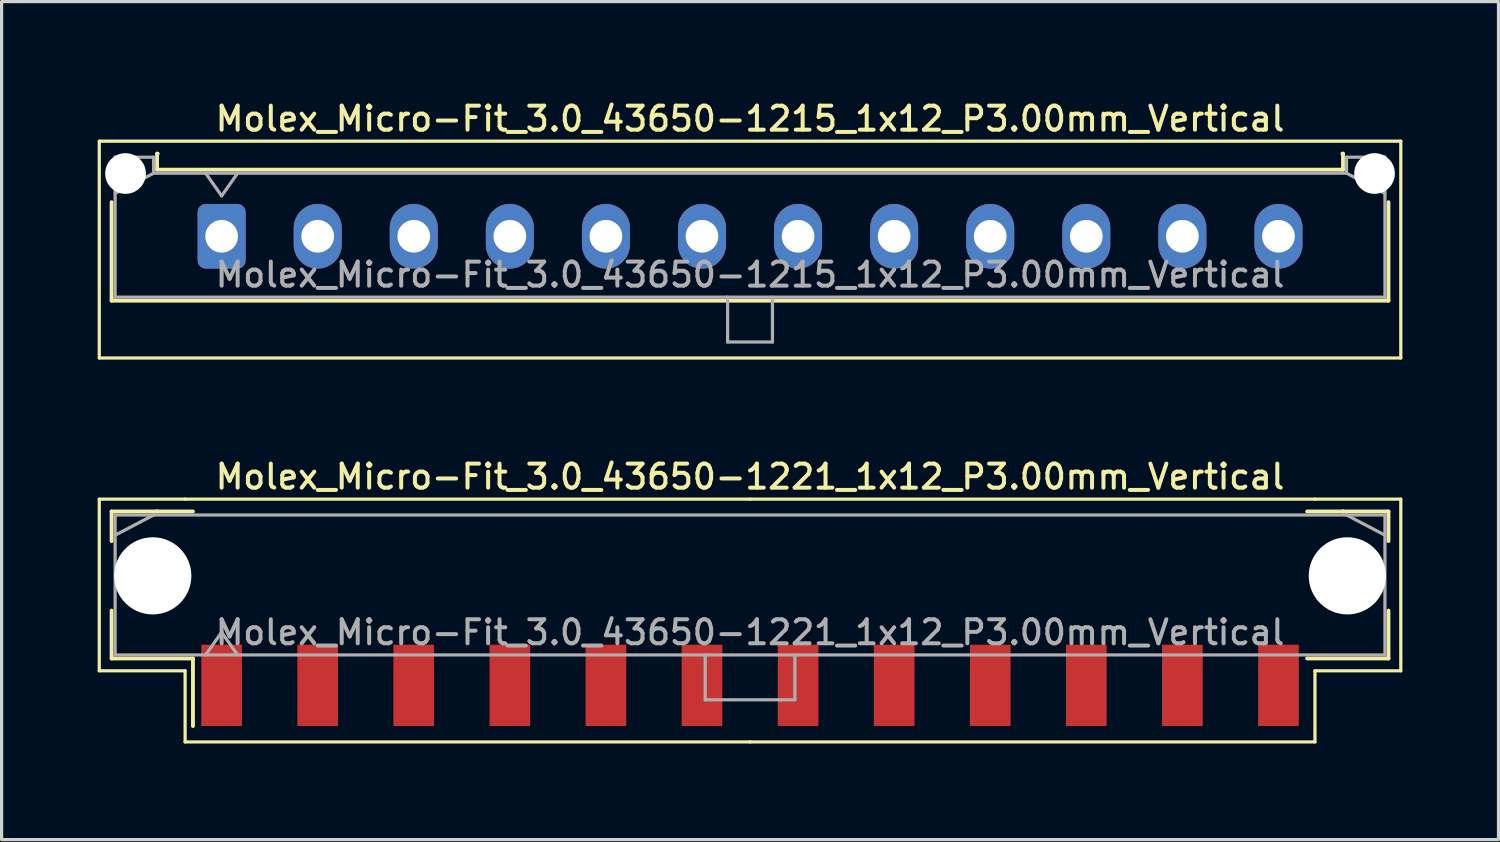
<source format=kicad_pcb>
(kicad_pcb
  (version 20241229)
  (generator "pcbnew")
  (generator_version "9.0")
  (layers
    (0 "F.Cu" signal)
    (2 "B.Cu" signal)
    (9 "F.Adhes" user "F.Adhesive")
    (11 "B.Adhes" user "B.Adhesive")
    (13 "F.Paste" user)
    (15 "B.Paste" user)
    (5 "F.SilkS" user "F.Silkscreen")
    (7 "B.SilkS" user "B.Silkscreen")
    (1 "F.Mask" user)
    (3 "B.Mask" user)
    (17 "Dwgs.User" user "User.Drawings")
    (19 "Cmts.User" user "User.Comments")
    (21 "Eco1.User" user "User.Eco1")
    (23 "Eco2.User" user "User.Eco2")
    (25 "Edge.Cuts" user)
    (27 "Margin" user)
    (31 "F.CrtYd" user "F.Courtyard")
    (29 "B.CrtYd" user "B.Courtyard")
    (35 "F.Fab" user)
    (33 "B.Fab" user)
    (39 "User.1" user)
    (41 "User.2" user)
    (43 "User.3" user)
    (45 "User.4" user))
  (footprint "Molex_Micro-Fit_3.0_43650-1215_1x12_P3.00mm_Vertical"
    (layer "F.Cu")
    (at 3.87 4.328)
    (property "Reference" "Molex_Micro-Fit_3.0_43650-1215_1x12_P3.00mm_Vertical" (at 16.5 -3.67 0) (layer "F.SilkS") (effects (font (size 0.75 0.75) (thickness 0.125))))
    (attr through_hole)
    (fp_line (start -3.82 -2.97) (end 36.82 -2.97) (stroke (width 0.1) (type solid)) (layer "F.SilkS"))
    (fp_line (start -3.82 3.8) (end -3.82 -2.97) (stroke (width 0.1) (type solid)) (layer "F.SilkS"))
    (fp_line (start -3.435 -1.065) (end -3.435 2.01) (stroke (width 0.12) (type solid)) (layer "F.SilkS"))
    (fp_line (start -3.435 2.01) (end 36.435 2.01) (stroke (width 0.12) (type solid)) (layer "F.SilkS"))
    (fp_line (start -2.015 -2.58) (end -2.015 -2.08) (stroke (width 0.12) (type solid)) (layer "F.SilkS"))
    (fp_line (start -2.015 -2.08) (end 35.015 -2.08) (stroke (width 0.12) (type solid)) (layer "F.SilkS"))
    (fp_line (start -1.995 -2.58) (end -2.015 -2.58) (stroke (width 0.12) (type solid)) (layer "F.SilkS"))
    (fp_line (start 35.015 -2.58) (end 34.995 -2.58) (stroke (width 0.12) (type solid)) (layer "F.SilkS"))
    (fp_line (start 35.015 -2.08) (end 35.015 -2.58) (stroke (width 0.12) (type solid)) (layer "F.SilkS"))
    (fp_line (start 36.435 2.01) (end 36.435 -1.065) (stroke (width 0.12) (type solid)) (layer "F.SilkS"))
    (fp_line (start 36.82 -2.97) (end 36.82 3.8) (stroke (width 0.1) (type solid)) (layer "F.SilkS"))
    (fp_line (start 36.82 3.8) (end -3.82 3.8) (stroke (width 0.1) (type solid)) (layer "F.SilkS"))
    (fp_line (start -3.325 -2.47) (end -3.325 1.9) (stroke (width 0.1) (type solid)) (layer "F.Fab"))
    (fp_line (start -3.325 -1.34) (end -2.125 -1.97) (stroke (width 0.1) (type solid)) (layer "F.Fab"))
    (fp_line (start -3.325 1.9) (end 36.325 1.9) (stroke (width 0.1) (type solid)) (layer "F.Fab"))
    (fp_line (start -2.125 -2.47) (end -3.325 -2.47) (stroke (width 0.1) (type solid)) (layer "F.Fab"))
    (fp_line (start -2.125 -1.97) (end -2.125 -2.47) (stroke (width 0.1) (type solid)) (layer "F.Fab"))
    (fp_line (start -0.5 -1.97) (end 0 -1.263) (stroke (width 0.1) (type solid)) (layer "F.Fab"))
    (fp_line (start 0 -1.263) (end 0.5 -1.97) (stroke (width 0.1) (type solid)) (layer "F.Fab"))
    (fp_line (start 15.8 1.9) (end 15.8 3.3) (stroke (width 0.1) (type solid)) (layer "F.Fab"))
    (fp_line (start 15.8 3.3) (end 17.2 3.3) (stroke (width 0.1) (type solid)) (layer "F.Fab"))
    (fp_line (start 17.2 3.3) (end 17.2 1.9) (stroke (width 0.1) (type solid)) (layer "F.Fab"))
    (fp_line (start 35.125 -2.47) (end 35.125 -1.97) (stroke (width 0.1) (type solid)) (layer "F.Fab"))
    (fp_line (start 35.125 -1.97) (end -2.125 -1.97) (stroke (width 0.1) (type solid)) (layer "F.Fab"))
    (fp_line (start 36.325 -2.47) (end 35.125 -2.47) (stroke (width 0.1) (type solid)) (layer "F.Fab"))
    (fp_line (start 36.325 -1.34) (end 35.125 -1.97) (stroke (width 0.1) (type solid)) (layer "F.Fab"))
    (fp_line (start 36.325 1.9) (end 36.325 -2.47) (stroke (width 0.1) (type solid)) (layer "F.Fab"))
    (fp_text user "${REFERENCE}" (at 16.5 1.2 0) (layer "F.Fab") (effects (font (size 0.75 0.75) (thickness 0.125))))
    (pad "" np_thru_hole circle (at -3 -1.96) (size 1.27 1.27) (drill 1.27) (layers "*.Cu" "*.Mask"))
    (pad "" np_thru_hole circle (at 36 -1.96) (size 1.27 1.27) (drill 1.27) (layers "*.Cu" "*.Mask"))
    (pad "1" thru_hole roundrect (at 0 0) (size 1.5 2.02) (drill 1.02) (layers "*.Cu" "*.Mask") (roundrect_rratio 0.167))
    (pad "2" thru_hole oval (at 3 0) (size 1.5 2.02) (drill 1.02) (layers "*.Cu" "*.Mask"))
    (pad "3" thru_hole oval (at 6 0) (size 1.5 2.02) (drill 1.02) (layers "*.Cu" "*.Mask"))
    (pad "4" thru_hole oval (at 9 0) (size 1.5 2.02) (drill 1.02) (layers "*.Cu" "*.Mask"))
    (pad "5" thru_hole oval (at 12 0) (size 1.5 2.02) (drill 1.02) (layers "*.Cu" "*.Mask"))
    (pad "6" thru_hole oval (at 15 0) (size 1.5 2.02) (drill 1.02) (layers "*.Cu" "*.Mask"))
    (pad "7" thru_hole oval (at 18 0) (size 1.5 2.02) (drill 1.02) (layers "*.Cu" "*.Mask"))
    (pad "8" thru_hole oval (at 21 0) (size 1.5 2.02) (drill 1.02) (layers "*.Cu" "*.Mask"))
    (pad "9" thru_hole oval (at 24 0) (size 1.5 2.02) (drill 1.02) (layers "*.Cu" "*.Mask"))
    (pad "10" thru_hole oval (at 27 0) (size 1.5 2.02) (drill 1.02) (layers "*.Cu" "*.Mask"))
    (pad "11" thru_hole oval (at 30 0) (size 1.5 2.02) (drill 1.02) (layers "*.Cu" "*.Mask"))
    (pad "12" thru_hole oval (at 33 0) (size 1.5 2.02) (drill 1.02) (layers "*.Cu" "*.Mask")))
  (footprint "Molex_Micro-Fit_3.0_43650-1221_1x12_P3.00mm_Vertical"
    (layer "F.Cu")
    (at 20.37 15.216)
    (property "Reference" "Molex_Micro-Fit_3.0_43650-1221_1x12_P3.00mm_Vertical" (at 0 -3.38 0) (layer "F.SilkS") (effects (font (size 0.75 0.75) (thickness 0.125))))
    (attr smd)
    (fp_line (start -20.32 -2.68) (end -20.32 2.68) (stroke (width 0.1) (type solid)) (layer "F.SilkS"))
    (fp_line (start -20.32 2.68) (end -17.64 2.68) (stroke (width 0.1) (type solid)) (layer "F.SilkS"))
    (fp_line (start -19.935 -2.295) (end -18.515 -2.295) (stroke (width 0.12) (type solid)) (layer "F.SilkS"))
    (fp_line (start -19.935 -1.37) (end -19.935 -2.295) (stroke (width 0.12) (type solid)) (layer "F.SilkS"))
    (fp_line (start -19.935 0.8) (end -19.935 2.295) (stroke (width 0.12) (type solid)) (layer "F.SilkS"))
    (fp_line (start -19.935 2.295) (end -17.395 2.295) (stroke (width 0.12) (type solid)) (layer "F.SilkS"))
    (fp_line (start -18.515 -2.295) (end -18.515 -2.295) (stroke (width 0.12) (type solid)) (layer "F.SilkS"))
    (fp_line (start -18.515 -2.295) (end -17.395 -2.295) (stroke (width 0.12) (type solid)) (layer "F.SilkS"))
    (fp_line (start -17.64 -2.68) (end -20.32 -2.68) (stroke (width 0.1) (type solid)) (layer "F.SilkS"))
    (fp_line (start -17.64 2.68) (end -17.64 4.9) (stroke (width 0.1) (type solid)) (layer "F.SilkS"))
    (fp_line (start -17.64 4.9) (end 0 4.9) (stroke (width 0.1) (type solid)) (layer "F.SilkS"))
    (fp_line (start -17.395 2.295) (end -17.395 4.405) (stroke (width 0.12) (type solid)) (layer "F.SilkS"))
    (fp_line (start 0 -2.68) (end -17.64 -2.68) (stroke (width 0.1) (type solid)) (layer "F.SilkS"))
    (fp_line (start 0 -2.68) (end 17.64 -2.68) (stroke (width 0.1) (type solid)) (layer "F.SilkS"))
    (fp_line (start 17.64 -2.68) (end 20.32 -2.68) (stroke (width 0.1) (type solid)) (layer "F.SilkS"))
    (fp_line (start 17.64 2.68) (end 17.64 4.9) (stroke (width 0.1) (type solid)) (layer "F.SilkS"))
    (fp_line (start 17.64 4.9) (end 0 4.9) (stroke (width 0.1) (type solid)) (layer "F.SilkS"))
    (fp_line (start 18.515 -2.295) (end 17.395 -2.295) (stroke (width 0.12) (type solid)) (layer "F.SilkS"))
    (fp_line (start 18.515 -2.295) (end 18.515 -2.295) (stroke (width 0.12) (type solid)) (layer "F.SilkS"))
    (fp_line (start 19.935 -2.295) (end 18.515 -2.295) (stroke (width 0.12) (type solid)) (layer "F.SilkS"))
    (fp_line (start 19.935 -1.37) (end 19.935 -2.295) (stroke (width 0.12) (type solid)) (layer "F.SilkS"))
    (fp_line (start 19.935 0.8) (end 19.935 2.295) (stroke (width 0.12) (type solid)) (layer "F.SilkS"))
    (fp_line (start 19.935 2.295) (end 17.395 2.295) (stroke (width 0.12) (type solid)) (layer "F.SilkS"))
    (fp_line (start 20.32 -2.68) (end 20.32 2.68) (stroke (width 0.1) (type solid)) (layer "F.SilkS"))
    (fp_line (start 20.32 2.68) (end 17.64 2.68) (stroke (width 0.1) (type solid)) (layer "F.SilkS"))
    (fp_line (start -19.825 -2.185) (end -19.825 2.185) (stroke (width 0.1) (type solid)) (layer "F.Fab"))
    (fp_line (start -19.825 -1.555) (end -18.625 -2.185) (stroke (width 0.1) (type solid)) (layer "F.Fab"))
    (fp_line (start -19.825 2.185) (end 19.825 2.185) (stroke (width 0.1) (type solid)) (layer "F.Fab"))
    (fp_line (start -18.625 -2.185) (end -19.825 -2.185) (stroke (width 0.1) (type solid)) (layer "F.Fab"))
    (fp_line (start -18.625 -2.185) (end -18.625 -2.185) (stroke (width 0.1) (type solid)) (layer "F.Fab"))
    (fp_line (start -17 2.185) (end -16.5 1.478) (stroke (width 0.1) (type solid)) (layer "F.Fab"))
    (fp_line (start -16.5 1.478) (end -16 2.185) (stroke (width 0.1) (type solid)) (layer "F.Fab"))
    (fp_line (start -1.4 2.185) (end -1.4 3.585) (stroke (width 0.1) (type solid)) (layer "F.Fab"))
    (fp_line (start -1.4 3.585) (end 1.4 3.585) (stroke (width 0.1) (type solid)) (layer "F.Fab"))
    (fp_line (start 1.4 3.585) (end 1.4 2.185) (stroke (width 0.1) (type solid)) (layer "F.Fab"))
    (fp_line (start 18.625 -2.185) (end -18.625 -2.185) (stroke (width 0.1) (type solid)) (layer "F.Fab"))
    (fp_line (start 18.625 -2.185) (end 18.625 -2.185) (stroke (width 0.1) (type solid)) (layer "F.Fab"))
    (fp_line (start 19.825 -2.185) (end 18.625 -2.185) (stroke (width 0.1) (type solid)) (layer "F.Fab"))
    (fp_line (start 19.825 -1.555) (end 18.625 -2.185) (stroke (width 0.1) (type solid)) (layer "F.Fab"))
    (fp_line (start 19.825 2.185) (end 19.825 -2.185) (stroke (width 0.1) (type solid)) (layer "F.Fab"))
    (fp_text user "${REFERENCE}" (at 0 1.48 0) (layer "F.Fab") (effects (font (size 0.75 0.75) (thickness 0.125))))
    (pad "" np_thru_hole circle (at -18.65 -0.285) (size 2.41 2.41) (drill 2.41) (layers "*.Cu" "*.Mask"))
    (pad "" np_thru_hole circle (at 18.65 -0.285) (size 2.41 2.41) (drill 2.41) (layers "*.Cu" "*.Mask"))
    (pad "1" smd rect (at -16.5 3.135) (size 1.27 2.54) (layers "F.Cu" "F.Mask" "F.Paste"))
    (pad "2" smd rect (at -13.5 3.135) (size 1.27 2.54) (layers "F.Cu" "F.Mask" "F.Paste"))
    (pad "3" smd rect (at -10.5 3.135) (size 1.27 2.54) (layers "F.Cu" "F.Mask" "F.Paste"))
    (pad "4" smd rect (at -7.5 3.135) (size 1.27 2.54) (layers "F.Cu" "F.Mask" "F.Paste"))
    (pad "5" smd rect (at -4.5 3.135) (size 1.27 2.54) (layers "F.Cu" "F.Mask" "F.Paste"))
    (pad "6" smd rect (at -1.5 3.135) (size 1.27 2.54) (layers "F.Cu" "F.Mask" "F.Paste"))
    (pad "7" smd rect (at 1.5 3.135) (size 1.27 2.54) (layers "F.Cu" "F.Mask" "F.Paste"))
    (pad "8" smd rect (at 4.5 3.135) (size 1.27 2.54) (layers "F.Cu" "F.Mask" "F.Paste"))
    (pad "9" smd rect (at 7.5 3.135) (size 1.27 2.54) (layers "F.Cu" "F.Mask" "F.Paste"))
    (pad "10" smd rect (at 10.5 3.135) (size 1.27 2.54) (layers "F.Cu" "F.Mask" "F.Paste"))
    (pad "11" smd rect (at 13.5 3.135) (size 1.27 2.54) (layers "F.Cu" "F.Mask" "F.Paste"))
    (pad "12" smd rect (at 16.5 3.135) (size 1.27 2.54) (layers "F.Cu" "F.Mask" "F.Paste")))
  (gr_rect
    (start -3 -3)
    (end 43.74 23.166)
    (stroke (width 0.1) (type default))
    (fill no)
    (layer "Edge.Cuts")))
</source>
